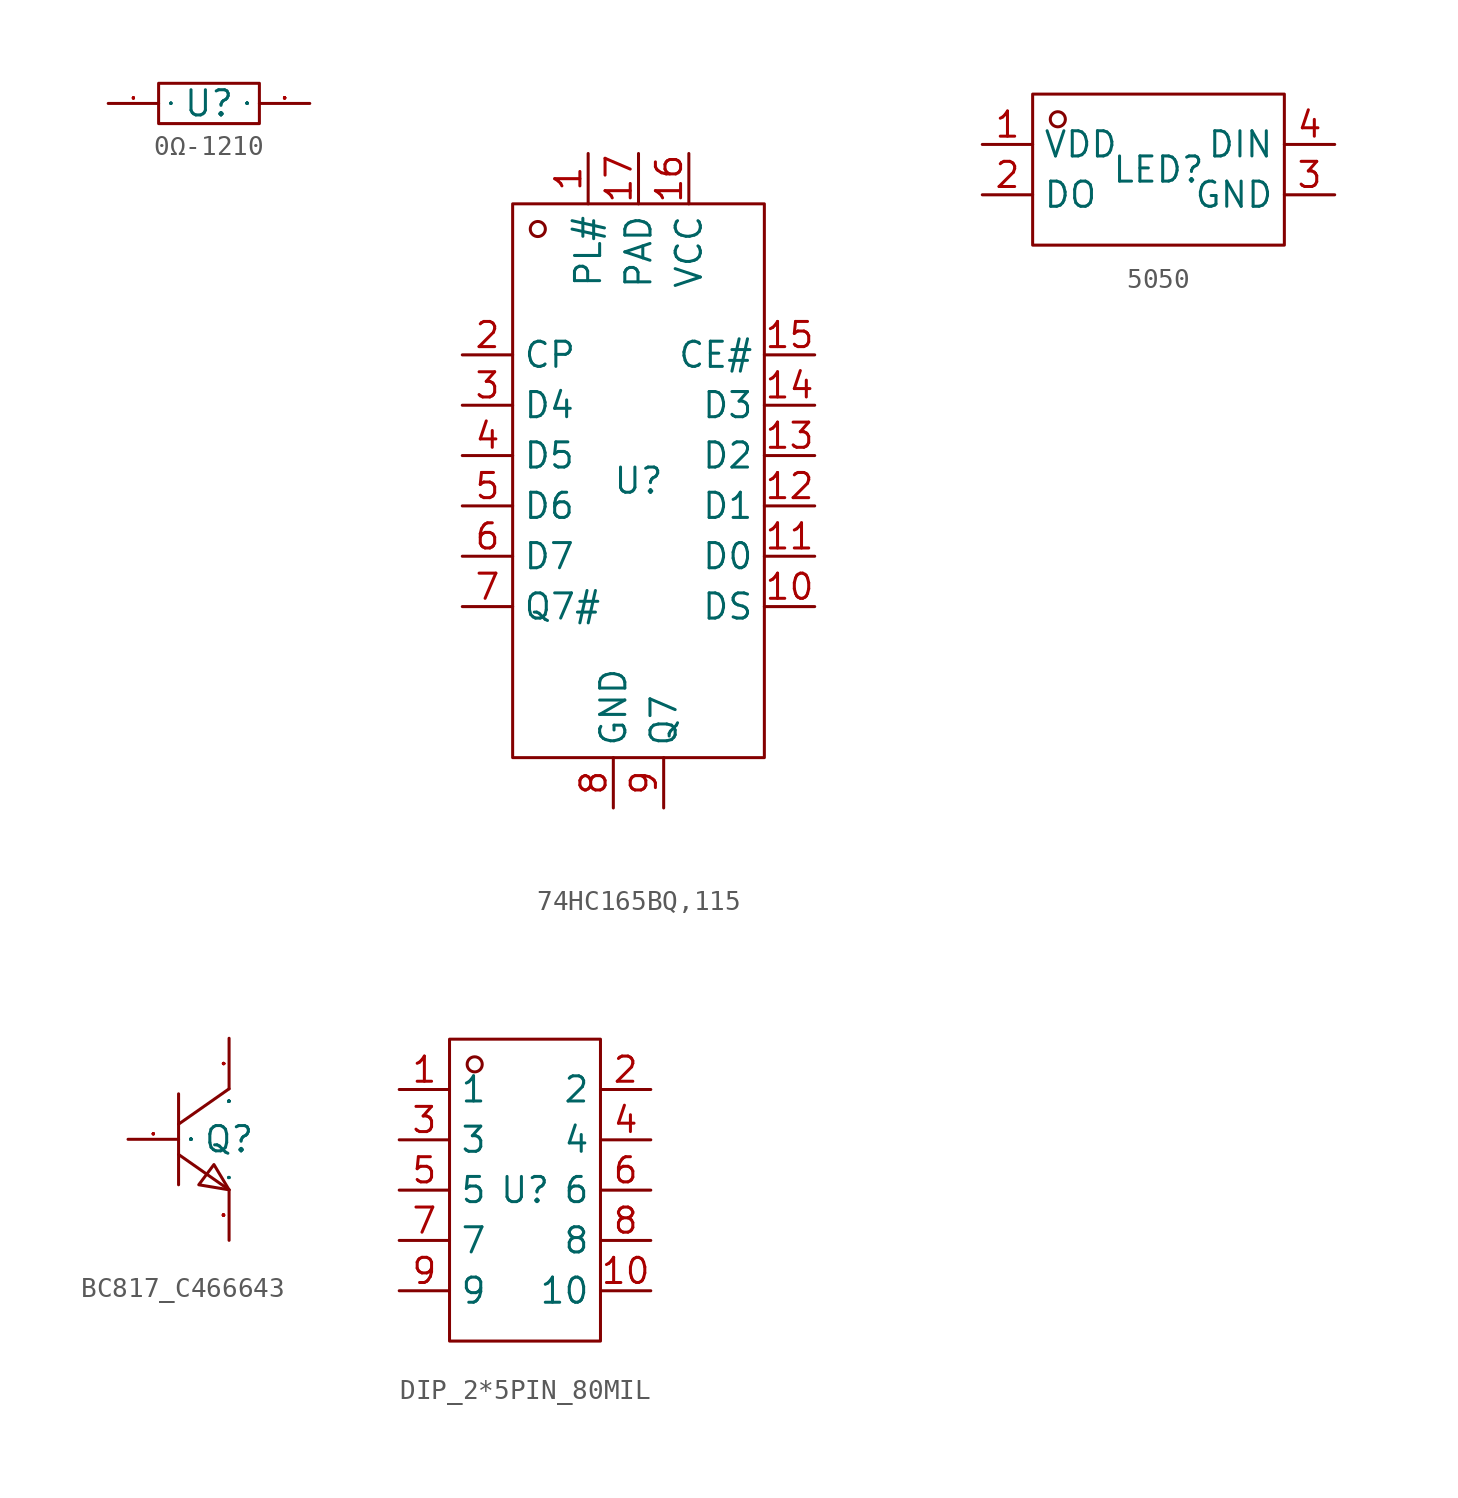
<source format=kicad_sym>
(kicad_symbol_lib
  (version 20231120)
  (generator "kicad_symbol_editor")
  (generator_version "8.0")
  (symbol "0Ω-1210"
    (property "Reference" "U"
      (at 0 0 0)
      (effects (font (size 1.27 1.27))))
    (property "Value" ""
      (at 0 0 0)
      (effects (font (size 1.27 1.27))))
    (symbol "0Ω-1210_1_0"
      (rectangle (start -2.54 -1.016) (end 2.54 1.016) (stroke (width 0) (type default)) (fill (type none)))
      (pin unspecified line (at -5.08 0 0) (length 2.54) (name "1" (effects (font (size 0.025 0.025)))) (number "1" (effects (font (size 0.025 0.025)))))
      (pin unspecified line (at 5.08 0 180) (length 2.54) (name "2" (effects (font (size 0.025 0.025)))) (number "2" (effects (font (size 0.025 0.025)))))))
  (symbol "74HC165BQ,115"
    (property "Reference" "U"
      (at 0 0 0)
      (effects (font (size 1.27 1.27))))
    (property "Value" ""
      (at 0 0 0)
      (effects (font (size 1.27 1.27))))
    (symbol "74HC165BQ,115_1_0"
      (rectangle (start -6.35 -13.97) (end 6.35 13.97) (stroke (width 0) (type default)) (fill (type none)))
      (circle (center -5.08 12.7) (radius 0.381) (stroke (width 0) (type default)) (fill (type none)))
      (pin input line (at -2.54 16.51 270) (length 2.54) (name "PL#" (effects (font (size 1.27 1.27)))) (number "1" (effects (font (size 1.27 1.27)))))
      (pin input line (at 8.89 -6.35 180) (length 2.54) (name "DS" (effects (font (size 1.27 1.27)))) (number "10" (effects (font (size 1.27 1.27)))))
      (pin input line (at 8.89 -3.81 180) (length 2.54) (name "D0" (effects (font (size 1.27 1.27)))) (number "11" (effects (font (size 1.27 1.27)))))
      (pin input line (at 8.89 -1.27 180) (length 2.54) (name "D1" (effects (font (size 1.27 1.27)))) (number "12" (effects (font (size 1.27 1.27)))))
      (pin input line (at 8.89 1.27 180) (length 2.54) (name "D2" (effects (font (size 1.27 1.27)))) (number "13" (effects (font (size 1.27 1.27)))))
      (pin input line (at 8.89 3.81 180) (length 2.54) (name "D3" (effects (font (size 1.27 1.27)))) (number "14" (effects (font (size 1.27 1.27)))))
      (pin input line (at 8.89 6.35 180) (length 2.54) (name "CE#" (effects (font (size 1.27 1.27)))) (number "15" (effects (font (size 1.27 1.27)))))
      (pin input line (at 2.54 16.51 270) (length 2.54) (name "VCC" (effects (font (size 1.27 1.27)))) (number "16" (effects (font (size 1.27 1.27)))))
      (pin input line (at 0 16.51 270) (length 2.54) (name "PAD" (effects (font (size 1.27 1.27)))) (number "17" (effects (font (size 1.27 1.27)))))
      (pin input line (at -8.89 6.35 0) (length 2.54) (name "CP" (effects (font (size 1.27 1.27)))) (number "2" (effects (font (size 1.27 1.27)))))
      (pin input line (at -8.89 3.81 0) (length 2.54) (name "D4" (effects (font (size 1.27 1.27)))) (number "3" (effects (font (size 1.27 1.27)))))
      (pin input line (at -8.89 1.27 0) (length 2.54) (name "D5" (effects (font (size 1.27 1.27)))) (number "4" (effects (font (size 1.27 1.27)))))
      (pin input line (at -8.89 -1.27 0) (length 2.54) (name "D6" (effects (font (size 1.27 1.27)))) (number "5" (effects (font (size 1.27 1.27)))))
      (pin input line (at -8.89 -3.81 0) (length 2.54) (name "D7" (effects (font (size 1.27 1.27)))) (number "6" (effects (font (size 1.27 1.27)))))
      (pin input line (at -8.89 -6.35 0) (length 2.54) (name "Q7#" (effects (font (size 1.27 1.27)))) (number "7" (effects (font (size 1.27 1.27)))))
      (pin input line (at -1.27 -16.51 90) (length 2.54) (name "GND" (effects (font (size 1.27 1.27)))) (number "8" (effects (font (size 1.27 1.27)))))
      (pin input line (at 1.27 -16.51 90) (length 2.54) (name "Q7" (effects (font (size 1.27 1.27)))) (number "9" (effects (font (size 1.27 1.27)))))))
  (symbol "5050"
    (property "Reference" "LED"
      (at 0 0 0)
      (effects (font (size 1.27 1.27))))
    (property "Value" ""
      (at 0 0 0)
      (effects (font (size 1.27 1.27))))
    (symbol "5050_1_0"
      (rectangle (start -6.35 -3.81) (end 6.35 3.81) (stroke (width 0) (type default)) (fill (type none)))
      (circle (center -5.08 2.54) (radius 0.381) (stroke (width 0) (type default)) (fill (type none)))
      (pin unspecified line (at -8.89 1.27 0) (length 2.54) (name "VDD" (effects (font (size 1.27 1.27)))) (number "1" (effects (font (size 1.27 1.27)))))
      (pin unspecified line (at -8.89 -1.27 0) (length 2.54) (name "DO" (effects (font (size 1.27 1.27)))) (number "2" (effects (font (size 1.27 1.27)))))
      (pin unspecified line (at 8.89 -1.27 180) (length 2.54) (name "GND" (effects (font (size 1.27 1.27)))) (number "3" (effects (font (size 1.27 1.27)))))
      (pin unspecified line (at 8.89 1.27 180) (length 2.54) (name "DIN" (effects (font (size 1.27 1.27)))) (number "4" (effects (font (size 1.27 1.27)))))))
  (symbol "BC817_C466643"
    (property "Reference" "Q"
      (at 0 0 0)
      (effects (font (size 1.27 1.27))))
    (property "Value" ""
      (at 0 0 0)
      (effects (font (size 1.27 1.27))))
    (symbol "BC817_C466643_1_0"
      (polyline (pts (xy -2.54 -0.762) (xy 0 -2.54)) (stroke (width 0) (type default)) (fill (type none)))
      (polyline (pts (xy -2.54 2.286) (xy -2.54 -2.286)) (stroke (width 0) (type default)) (fill (type none)))
      (polyline (pts (xy 0 2.54) (xy -2.54 0.762)) (stroke (width 0) (type default)) (fill (type none)))
      (polyline (pts (xy 0 -2.54) (xy -0.762 -1.27) (xy -0.762 -1.27) (xy -1.524 -2.286) (xy -1.524 -2.286) (xy 0 -2.54)) (stroke (width 0) (type default)) (fill (type none)))
      (pin input line (at -5.08 0 0) (length 2.54) (name "B" (effects (font (size 0.025 0.025)))) (number "1" (effects (font (size 0.025 0.025)))))
      (pin input line (at 0 -5.08 90) (length 2.54) (name "E" (effects (font (size 0.025 0.025)))) (number "2" (effects (font (size 0.025 0.025)))))
      (pin input line (at 0 5.08 270) (length 2.54) (name "C" (effects (font (size 0.025 0.025)))) (number "3" (effects (font (size 0.025 0.025)))))))
  (symbol "DIP_2*5PIN_80MIL"
    (property "Reference" "U"
      (at 0 0 0)
      (effects (font (size 1.27 1.27))))
    (property "Value" ""
      (at 0 0 0)
      (effects (font (size 1.27 1.27))))
    (symbol "DIP_2*5PIN_80MIL_1_0"
      (rectangle (start -3.81 -7.62) (end 3.81 7.62) (stroke (width 0) (type default)) (fill (type none)))
      (circle (center -2.54 6.35) (radius 0.381) (stroke (width 0) (type default)) (fill (type none)))
      (pin unspecified line (at -6.35 5.08 0) (length 2.54) (name "1" (effects (font (size 1.27 1.27)))) (number "1" (effects (font (size 1.27 1.27)))))
      (pin unspecified line (at 6.35 -5.08 180) (length 2.54) (name "10" (effects (font (size 1.27 1.27)))) (number "10" (effects (font (size 1.27 1.27)))))
      (pin unspecified line (at 6.35 5.08 180) (length 2.54) (name "2" (effects (font (size 1.27 1.27)))) (number "2" (effects (font (size 1.27 1.27)))))
      (pin unspecified line (at -6.35 2.54 0) (length 2.54) (name "3" (effects (font (size 1.27 1.27)))) (number "3" (effects (font (size 1.27 1.27)))))
      (pin unspecified line (at 6.35 2.54 180) (length 2.54) (name "4" (effects (font (size 1.27 1.27)))) (number "4" (effects (font (size 1.27 1.27)))))
      (pin unspecified line (at -6.35 0 0) (length 2.54) (name "5" (effects (font (size 1.27 1.27)))) (number "5" (effects (font (size 1.27 1.27)))))
      (pin unspecified line (at 6.35 0 180) (length 2.54) (name "6" (effects (font (size 1.27 1.27)))) (number "6" (effects (font (size 1.27 1.27)))))
      (pin unspecified line (at -6.35 -2.54 0) (length 2.54) (name "7" (effects (font (size 1.27 1.27)))) (number "7" (effects (font (size 1.27 1.27)))))
      (pin unspecified line (at 6.35 -2.54 180) (length 2.54) (name "8" (effects (font (size 1.27 1.27)))) (number "8" (effects (font (size 1.27 1.27)))))
      (pin unspecified line (at -6.35 -5.08 0) (length 2.54) (name "9" (effects (font (size 1.27 1.27)))) (number "9" (effects (font (size 1.27 1.27))))))))
</source>
